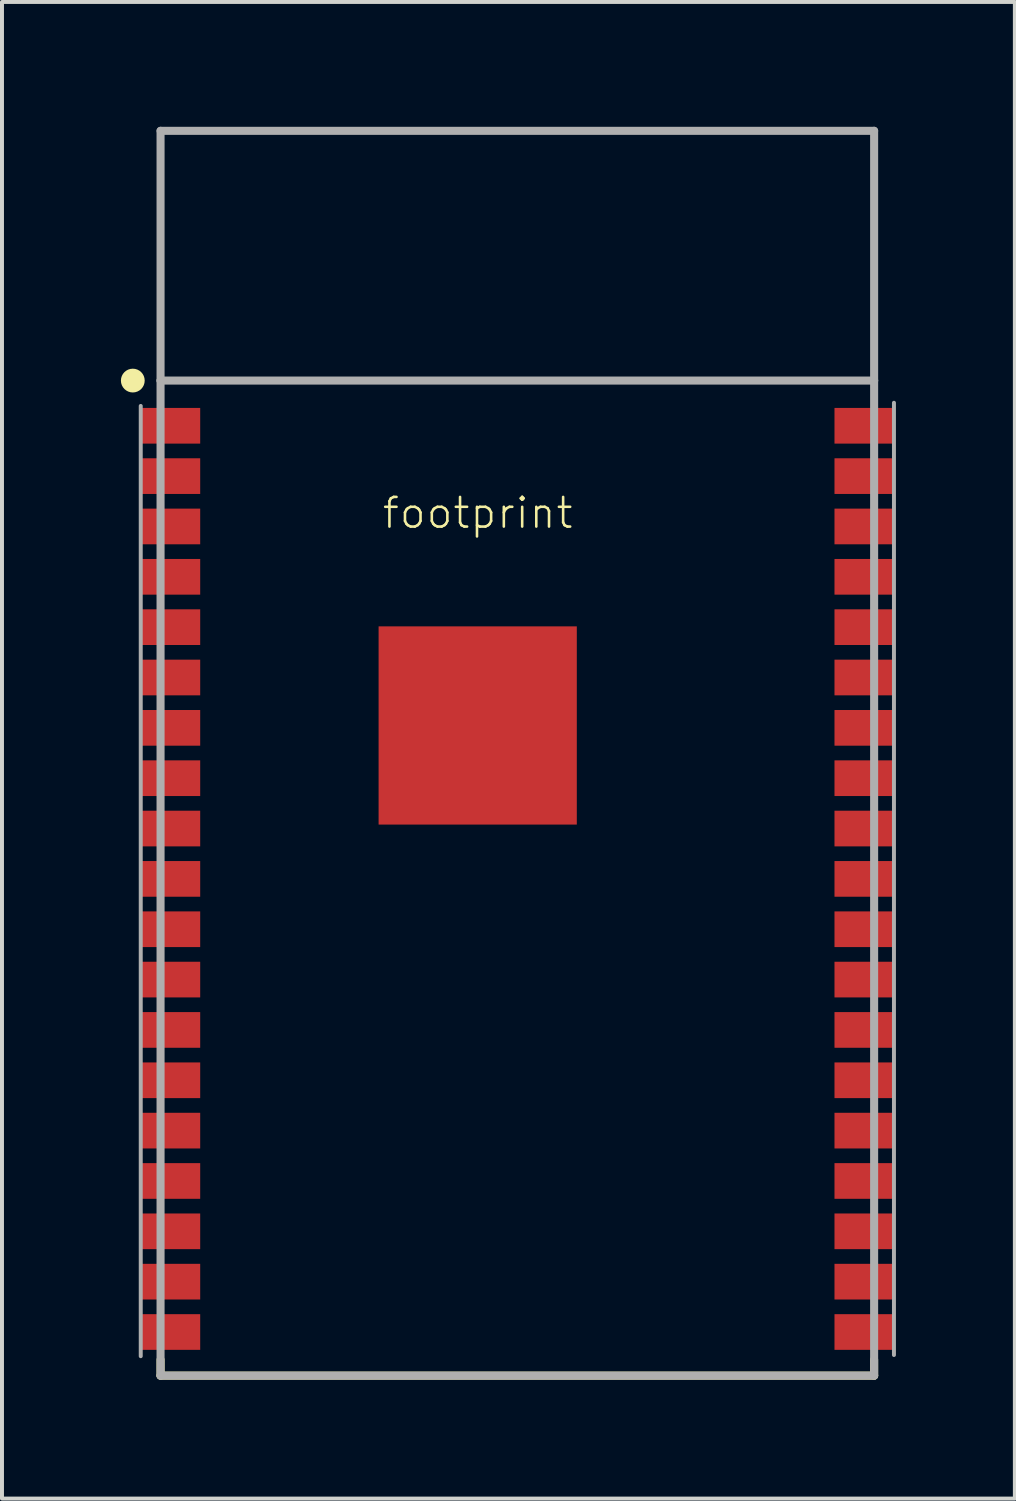
<source format=kicad_pcb>
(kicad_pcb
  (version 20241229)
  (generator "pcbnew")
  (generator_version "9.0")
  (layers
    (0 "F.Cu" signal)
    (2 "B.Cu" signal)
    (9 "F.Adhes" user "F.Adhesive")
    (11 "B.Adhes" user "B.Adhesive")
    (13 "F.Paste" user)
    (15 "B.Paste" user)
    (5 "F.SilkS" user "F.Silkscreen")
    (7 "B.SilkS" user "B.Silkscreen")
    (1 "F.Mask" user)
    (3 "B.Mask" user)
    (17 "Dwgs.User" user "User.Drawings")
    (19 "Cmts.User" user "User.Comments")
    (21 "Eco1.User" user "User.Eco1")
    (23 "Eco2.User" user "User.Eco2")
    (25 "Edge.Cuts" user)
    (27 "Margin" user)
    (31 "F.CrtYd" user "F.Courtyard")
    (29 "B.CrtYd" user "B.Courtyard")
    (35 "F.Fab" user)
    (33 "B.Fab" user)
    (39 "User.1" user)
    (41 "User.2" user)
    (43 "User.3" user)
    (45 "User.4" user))
  (footprint "footprint"
    (layer "F.Cu")
    (at 1 0.25)
    (property "Reference" "footprint" (at 8 9.64 0) (layer "F.SilkS") (effects (font (size 0.748 0.748) (thickness 0.065))))
    (fp_line (start 0 31) (end 0 31.4) (stroke (width 0.203) (type solid)) (layer "F.SilkS"))
    (fp_line (start 0 31.4) (end 18 31.4) (stroke (width 0.203) (type solid)) (layer "F.SilkS"))
    (fp_line (start 18 31.4) (end 18 31) (stroke (width 0.203) (type solid)) (layer "F.SilkS"))
    (fp_circle (center -0.7 6.3) (end -0.55 6.3) (stroke (width 0.3) (type solid)) (fill yes) (layer "F.SilkS"))
    (fp_poly (pts (xy 6.5 16.5) (xy 9.5 16.5) (xy 9.5 13.5) (xy 6.5 13.5)) (stroke (width 0) (type solid)) (fill yes) (layer "F.Paste"))
    (fp_line (start -0.5 6.94) (end -0.5 30.91) (stroke (width 0.1) (type solid)) (layer "F.Fab"))
    (fp_line (start 0 0) (end 18 0) (stroke (width 0.203) (type solid)) (layer "F.Fab"))
    (fp_line (start 0 6.3) (end 0 0) (stroke (width 0.203) (type solid)) (layer "F.Fab"))
    (fp_line (start 0 6.3) (end 0 31.4) (stroke (width 0.203) (type solid)) (layer "F.Fab"))
    (fp_line (start 0 31.4) (end 18 31.4) (stroke (width 0.203) (type solid)) (layer "F.Fab"))
    (fp_line (start 18 0) (end 18 6.3) (stroke (width 0.203) (type solid)) (layer "F.Fab"))
    (fp_line (start 18 6.3) (end 0 6.3) (stroke (width 0.203) (type solid)) (layer "F.Fab"))
    (fp_line (start 18 31.4) (end 18 6.3) (stroke (width 0.203) (type solid)) (layer "F.Fab"))
    (fp_line (start 18.5 30.88) (end 18.5 6.86) (stroke (width 0.1) (type solid)) (layer "F.Fab"))
    (pad "P$1" smd rect (at 0.25 7.44) (size 1.5 0.9) (layers "F.Cu" "F.Mask" "F.Paste"))
    (pad "P$2" smd rect (at 0.25 8.71) (size 1.5 0.9) (layers "F.Cu" "F.Mask" "F.Paste"))
    (pad "P$3" smd rect (at 0.25 9.98) (size 1.5 0.9) (layers "F.Cu" "F.Mask" "F.Paste"))
    (pad "P$4" smd rect (at 0.25 11.25) (size 1.5 0.9) (layers "F.Cu" "F.Mask" "F.Paste"))
    (pad "P$5" smd rect (at 0.25 12.52) (size 1.5 0.9) (layers "F.Cu" "F.Mask" "F.Paste"))
    (pad "P$6" smd rect (at 0.25 13.79) (size 1.5 0.9) (layers "F.Cu" "F.Mask" "F.Paste"))
    (pad "P$7" smd rect (at 0.25 15.06) (size 1.5 0.9) (layers "F.Cu" "F.Mask" "F.Paste"))
    (pad "P$8" smd rect (at 0.25 16.33) (size 1.5 0.9) (layers "F.Cu" "F.Mask" "F.Paste"))
    (pad "P$9" smd rect (at 0.25 17.6) (size 1.5 0.9) (layers "F.Cu" "F.Mask" "F.Paste"))
    (pad "P$10" smd rect (at 0.25 18.87) (size 1.5 0.9) (layers "F.Cu" "F.Mask" "F.Paste"))
    (pad "P$11" smd rect (at 0.25 20.14) (size 1.5 0.9) (layers "F.Cu" "F.Mask" "F.Paste"))
    (pad "P$12" smd rect (at 0.25 21.41) (size 1.5 0.9) (layers "F.Cu" "F.Mask" "F.Paste"))
    (pad "P$13" smd rect (at 0.25 22.68) (size 1.5 0.9) (layers "F.Cu" "F.Mask" "F.Paste"))
    (pad "P$14" smd rect (at 0.25 23.95) (size 1.5 0.9) (layers "F.Cu" "F.Mask" "F.Paste"))
    (pad "P$15" smd rect (at 0.25 25.22) (size 1.5 0.9) (layers "F.Cu" "F.Mask" "F.Paste"))
    (pad "P$16" smd rect (at 0.25 26.49) (size 1.5 0.9) (layers "F.Cu" "F.Mask" "F.Paste"))
    (pad "P$17" smd rect (at 0.25 27.76) (size 1.5 0.9) (layers "F.Cu" "F.Mask" "F.Paste"))
    (pad "P$18" smd rect (at 0.25 29.03) (size 1.5 0.9) (layers "F.Cu" "F.Mask" "F.Paste"))
    (pad "P$19" smd rect (at 0.25 30.3) (size 1.5 0.9) (layers "F.Cu" "F.Mask" "F.Paste"))
    (pad "P$20" smd rect (at 17.75 30.3) (size 1.5 0.9) (layers "F.Cu" "F.Mask" "F.Paste"))
    (pad "P$21" smd rect (at 17.75 29.03) (size 1.5 0.9) (layers "F.Cu" "F.Mask" "F.Paste"))
    (pad "P$22" smd rect (at 17.75 27.76) (size 1.5 0.9) (layers "F.Cu" "F.Mask" "F.Paste"))
    (pad "P$23" smd rect (at 17.75 26.49) (size 1.5 0.9) (layers "F.Cu" "F.Mask" "F.Paste"))
    (pad "P$24" smd rect (at 17.75 25.22) (size 1.5 0.9) (layers "F.Cu" "F.Mask" "F.Paste"))
    (pad "P$25" smd rect (at 17.75 23.95) (size 1.5 0.9) (layers "F.Cu" "F.Mask" "F.Paste"))
    (pad "P$26" smd rect (at 17.75 22.68) (size 1.5 0.9) (layers "F.Cu" "F.Mask" "F.Paste"))
    (pad "P$27" smd rect (at 17.75 21.41) (size 1.5 0.9) (layers "F.Cu" "F.Mask" "F.Paste"))
    (pad "P$28" smd rect (at 17.75 20.14) (size 1.5 0.9) (layers "F.Cu" "F.Mask" "F.Paste"))
    (pad "P$29" smd rect (at 17.75 18.87) (size 1.5 0.9) (layers "F.Cu" "F.Mask" "F.Paste"))
    (pad "P$30" smd rect (at 17.75 17.6) (size 1.5 0.9) (layers "F.Cu" "F.Mask" "F.Paste"))
    (pad "P$31" smd rect (at 17.75 16.33) (size 1.5 0.9) (layers "F.Cu" "F.Mask" "F.Paste"))
    (pad "P$32" smd rect (at 17.75 15.06) (size 1.5 0.9) (layers "F.Cu" "F.Mask" "F.Paste"))
    (pad "P$33" smd rect (at 17.75 13.79) (size 1.5 0.9) (layers "F.Cu" "F.Mask" "F.Paste"))
    (pad "P$34" smd rect (at 17.75 12.52) (size 1.5 0.9) (layers "F.Cu" "F.Mask" "F.Paste"))
    (pad "P$35" smd rect (at 17.75 11.25) (size 1.5 0.9) (layers "F.Cu" "F.Mask" "F.Paste"))
    (pad "P$36" smd rect (at 17.75 9.98) (size 1.5 0.9) (layers "F.Cu" "F.Mask" "F.Paste"))
    (pad "P$37" smd rect (at 17.75 8.71) (size 1.5 0.9) (layers "F.Cu" "F.Mask" "F.Paste"))
    (pad "P$38" smd rect (at 17.75 7.44) (size 1.5 0.9) (layers "F.Cu" "F.Mask" "F.Paste"))
    (pad "P$39" smd rect (at 8 15) (size 5 5) (layers "F.Cu" "F.Mask")))
  (gr_rect
    (start -3 -3)
    (end 22.55 34.752)
    (stroke (width 0.1) (type default))
    (fill no)
    (layer "Edge.Cuts")))
</source>
